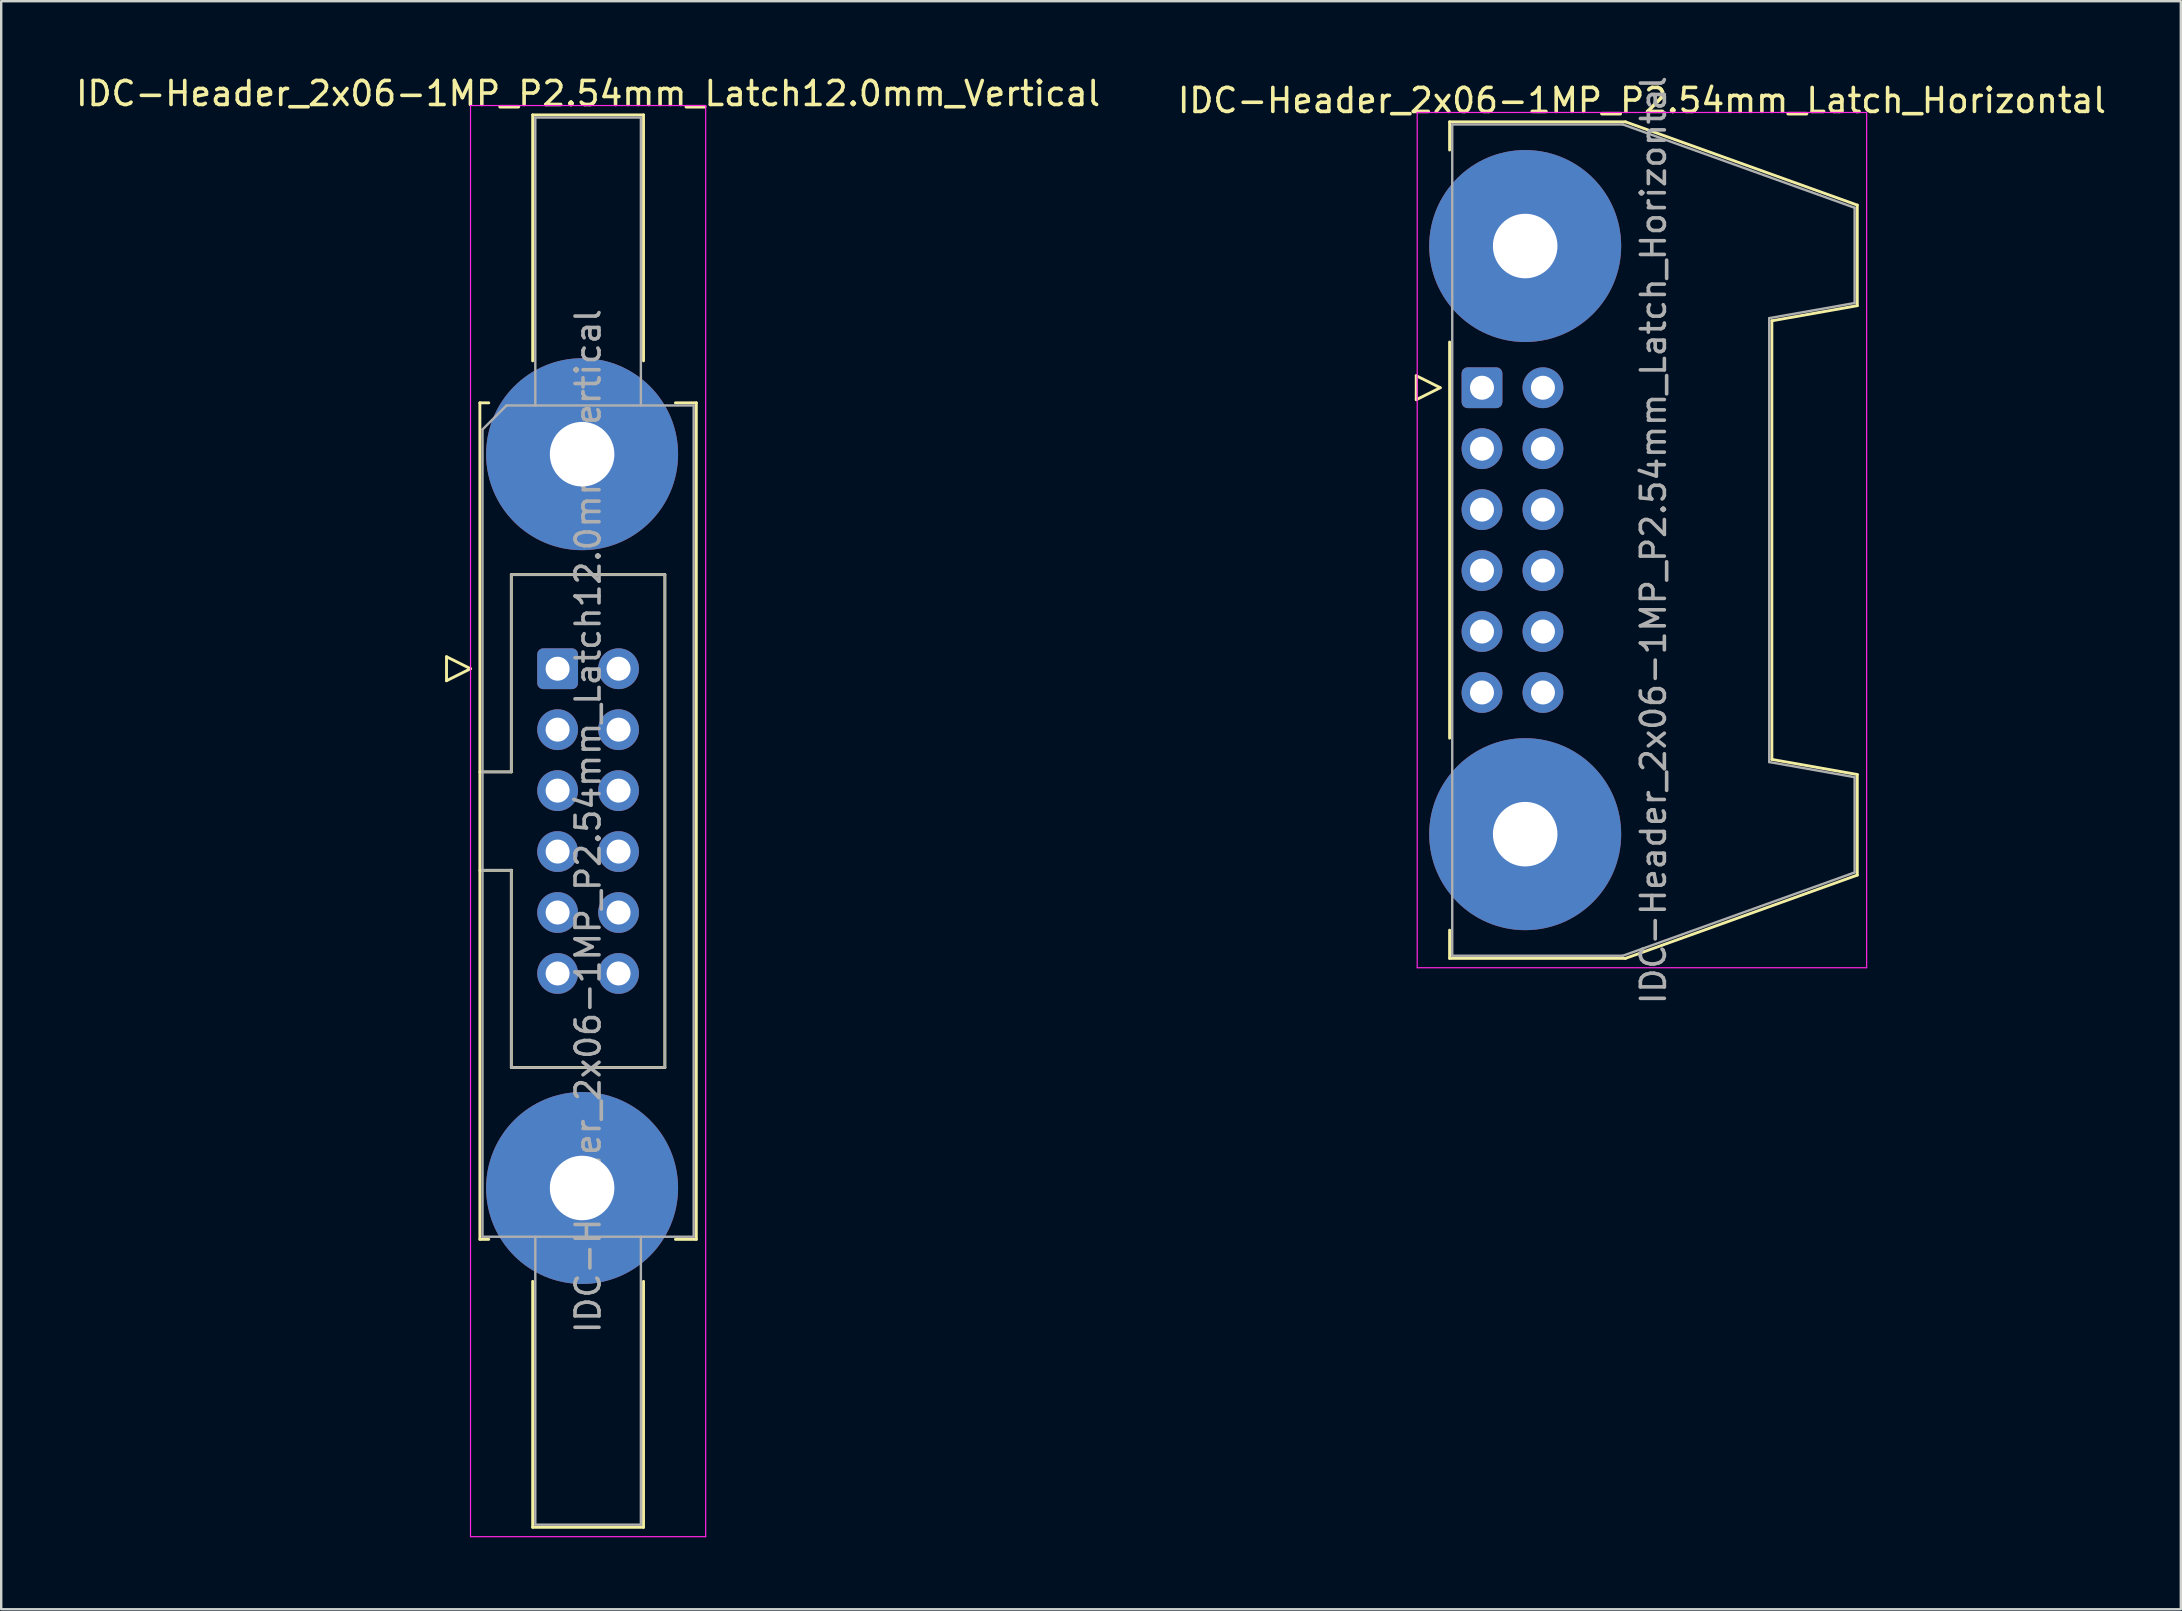
<source format=kicad_pcb>
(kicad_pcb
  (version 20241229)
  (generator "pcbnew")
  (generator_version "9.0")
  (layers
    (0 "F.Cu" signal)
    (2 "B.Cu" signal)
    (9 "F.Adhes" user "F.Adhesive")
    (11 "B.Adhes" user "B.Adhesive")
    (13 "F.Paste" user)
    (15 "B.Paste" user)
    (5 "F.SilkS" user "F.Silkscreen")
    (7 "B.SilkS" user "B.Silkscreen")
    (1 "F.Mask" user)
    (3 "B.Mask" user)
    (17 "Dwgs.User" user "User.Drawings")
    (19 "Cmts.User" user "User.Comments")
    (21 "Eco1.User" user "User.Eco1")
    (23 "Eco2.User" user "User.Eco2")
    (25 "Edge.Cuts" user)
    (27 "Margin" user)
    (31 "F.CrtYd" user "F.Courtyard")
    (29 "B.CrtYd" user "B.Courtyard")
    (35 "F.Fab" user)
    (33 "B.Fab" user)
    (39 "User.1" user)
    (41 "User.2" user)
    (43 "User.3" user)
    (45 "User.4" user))
  (footprint "IDC-Header_2x06-1MP_P2.54mm_Latch12.0mm_Vertical"
    (layer "F.Cu")
    (at 20.188 24.818)
    (property "Reference" "IDC-Header_2x06-1MP_P2.54mm_Latch12.0mm_Vertical" (at 1.27 -23.97 0) (layer "F.SilkS") (effects (font (size 1 1) (thickness 0.15))))
    (attr through_hole)
    (fp_line (start -4.63 -0.5) (end -4.63 0.5) (stroke (width 0.12) (type solid)) (layer "F.SilkS"))
    (fp_line (start -4.63 0.5) (end -3.63 0) (stroke (width 0.12) (type solid)) (layer "F.SilkS"))
    (fp_line (start -3.63 0) (end -4.63 -0.5) (stroke (width 0.12) (type solid)) (layer "F.SilkS"))
    (fp_line (start -3.24 -11.08) (end -3.24 23.78) (stroke (width 0.12) (type solid)) (layer "F.SilkS"))
    (fp_line (start -3.24 4.3) (end -1.93 4.3) (stroke (width 0.12) (type solid)) (layer "F.SilkS"))
    (fp_line (start -3.24 23.78) (end -2.87 23.78) (stroke (width 0.12) (type solid)) (layer "F.SilkS"))
    (fp_line (start -2.87 -11.08) (end -3.24 -11.08) (stroke (width 0.12) (type solid)) (layer "F.SilkS"))
    (fp_line (start -1.93 -3.92) (end 4.47 -3.92) (stroke (width 0.12) (type solid)) (layer "F.SilkS"))
    (fp_line (start -1.93 4.3) (end -1.93 -3.92) (stroke (width 0.12) (type solid)) (layer "F.SilkS"))
    (fp_line (start -1.93 8.4) (end -3.24 8.4) (stroke (width 0.12) (type solid)) (layer "F.SilkS"))
    (fp_line (start -1.93 8.4) (end -1.93 8.4) (stroke (width 0.12) (type solid)) (layer "F.SilkS"))
    (fp_line (start -1.93 16.62) (end -1.93 8.4) (stroke (width 0.12) (type solid)) (layer "F.SilkS"))
    (fp_line (start -1.04 -23.08) (end 3.58 -23.08) (stroke (width 0.12) (type solid)) (layer "F.SilkS"))
    (fp_line (start -1.04 -12.83) (end -1.04 -23.08) (stroke (width 0.12) (type solid)) (layer "F.SilkS"))
    (fp_line (start -1.04 25.53) (end -1.04 35.78) (stroke (width 0.12) (type solid)) (layer "F.SilkS"))
    (fp_line (start -1.04 35.78) (end 3.58 35.78) (stroke (width 0.12) (type solid)) (layer "F.SilkS"))
    (fp_line (start 3.58 -23.08) (end 3.58 -12.83) (stroke (width 0.12) (type solid)) (layer "F.SilkS"))
    (fp_line (start 3.58 35.78) (end 3.58 25.53) (stroke (width 0.12) (type solid)) (layer "F.SilkS"))
    (fp_line (start 4.47 -3.92) (end 4.47 16.62) (stroke (width 0.12) (type solid)) (layer "F.SilkS"))
    (fp_line (start 4.47 16.62) (end -1.93 16.62) (stroke (width 0.12) (type solid)) (layer "F.SilkS"))
    (fp_line (start 4.91 -11.08) (end 5.78 -11.08) (stroke (width 0.12) (type solid)) (layer "F.SilkS"))
    (fp_line (start 5.78 -11.08) (end 5.78 23.78) (stroke (width 0.12) (type solid)) (layer "F.SilkS"))
    (fp_line (start 5.78 23.78) (end 4.91 23.78) (stroke (width 0.12) (type solid)) (layer "F.SilkS"))
    (fp_line (start -3.63 -23.47) (end -3.63 36.17) (stroke (width 0.05) (type solid)) (layer "F.CrtYd"))
    (fp_line (start -3.63 36.17) (end 6.17 36.17) (stroke (width 0.05) (type solid)) (layer "F.CrtYd"))
    (fp_line (start 6.17 -23.47) (end -3.63 -23.47) (stroke (width 0.05) (type solid)) (layer "F.CrtYd"))
    (fp_line (start 6.17 36.17) (end 6.17 -23.47) (stroke (width 0.05) (type solid)) (layer "F.CrtYd"))
    (fp_line (start -3.13 -9.97) (end -2.13 -10.97) (stroke (width 0.1) (type solid)) (layer "F.Fab"))
    (fp_line (start -3.13 4.3) (end -1.93 4.3) (stroke (width 0.1) (type solid)) (layer "F.Fab"))
    (fp_line (start -3.13 23.67) (end -3.13 -9.97) (stroke (width 0.1) (type solid)) (layer "F.Fab"))
    (fp_line (start -2.13 -10.97) (end 5.67 -10.97) (stroke (width 0.1) (type solid)) (layer "F.Fab"))
    (fp_line (start -1.93 -3.92) (end 4.47 -3.92) (stroke (width 0.1) (type solid)) (layer "F.Fab"))
    (fp_line (start -1.93 4.3) (end -1.93 -3.92) (stroke (width 0.1) (type solid)) (layer "F.Fab"))
    (fp_line (start -1.93 8.4) (end -3.13 8.4) (stroke (width 0.1) (type solid)) (layer "F.Fab"))
    (fp_line (start -1.93 8.4) (end -1.93 8.4) (stroke (width 0.1) (type solid)) (layer "F.Fab"))
    (fp_line (start -1.93 16.62) (end -1.93 8.4) (stroke (width 0.1) (type solid)) (layer "F.Fab"))
    (fp_line (start -0.93 -22.97) (end 3.47 -22.97) (stroke (width 0.1) (type solid)) (layer "F.Fab"))
    (fp_line (start -0.93 -10.97) (end -0.93 -22.97) (stroke (width 0.1) (type solid)) (layer "F.Fab"))
    (fp_line (start -0.93 23.67) (end -0.93 35.67) (stroke (width 0.1) (type solid)) (layer "F.Fab"))
    (fp_line (start -0.93 35.67) (end 3.47 35.67) (stroke (width 0.1) (type solid)) (layer "F.Fab"))
    (fp_line (start 3.47 -22.97) (end 3.47 -10.97) (stroke (width 0.1) (type solid)) (layer "F.Fab"))
    (fp_line (start 3.47 35.67) (end 3.47 23.67) (stroke (width 0.1) (type solid)) (layer "F.Fab"))
    (fp_line (start 4.47 -3.92) (end 4.47 16.62) (stroke (width 0.1) (type solid)) (layer "F.Fab"))
    (fp_line (start 4.47 16.62) (end -1.93 16.62) (stroke (width 0.1) (type solid)) (layer "F.Fab"))
    (fp_line (start 5.67 -10.97) (end 5.67 23.67) (stroke (width 0.1) (type solid)) (layer "F.Fab"))
    (fp_line (start 5.67 23.67) (end -3.13 23.67) (stroke (width 0.1) (type solid)) (layer "F.Fab"))
    (fp_text user "${REFERENCE}" (at 1.27 6.35 90) (layer "F.Fab") (effects (font (size 1 1) (thickness 0.15))))
    (pad "1" thru_hole roundrect (at 0 0) (size 1.7 1.7) (drill 1) (layers "*.Cu" "*.Mask") (roundrect_rratio 0.147))
    (pad "2" thru_hole circle (at 2.54 0) (size 1.7 1.7) (drill 1) (layers "*.Cu" "*.Mask"))
    (pad "3" thru_hole circle (at 0 2.54) (size 1.7 1.7) (drill 1) (layers "*.Cu" "*.Mask"))
    (pad "4" thru_hole circle (at 2.54 2.54) (size 1.7 1.7) (drill 1) (layers "*.Cu" "*.Mask"))
    (pad "5" thru_hole circle (at 0 5.08) (size 1.7 1.7) (drill 1) (layers "*.Cu" "*.Mask"))
    (pad "6" thru_hole circle (at 2.54 5.08) (size 1.7 1.7) (drill 1) (layers "*.Cu" "*.Mask"))
    (pad "7" thru_hole circle (at 0 7.62) (size 1.7 1.7) (drill 1) (layers "*.Cu" "*.Mask"))
    (pad "8" thru_hole circle (at 2.54 7.62) (size 1.7 1.7) (drill 1) (layers "*.Cu" "*.Mask"))
    (pad "9" thru_hole circle (at 0 10.16) (size 1.7 1.7) (drill 1) (layers "*.Cu" "*.Mask"))
    (pad "10" thru_hole circle (at 2.54 10.16) (size 1.7 1.7) (drill 1) (layers "*.Cu" "*.Mask"))
    (pad "11" thru_hole circle (at 0 12.7) (size 1.7 1.7) (drill 1) (layers "*.Cu" "*.Mask"))
    (pad "12" thru_hole circle (at 2.54 12.7) (size 1.7 1.7) (drill 1) (layers "*.Cu" "*.Mask"))
    (pad "MP" thru_hole circle (at 1.02 -8.94) (size 8 8) (drill 2.69) (layers "*.Cu" "*.Mask"))
    (pad "MP" thru_hole circle (at 1.02 21.64) (size 8 8) (drill 2.69) (layers "*.Cu" "*.Mask")))
  (footprint "IDC-Header_2x06-1MP_P2.54mm_Latch_Horizontal"
    (layer "F.Cu")
    (at 58.71 13.108)
    (property "Reference" "IDC-Header_2x06-1MP_P2.54mm_Latch_Horizontal" (at 6.665 -11.97 0) (layer "F.SilkS") (effects (font (size 1 1) (thickness 0.15))))
    (attr through_hole)
    (fp_line (start -2.74 -0.5) (end -2.74 0.5) (stroke (width 0.12) (type solid)) (layer "F.SilkS"))
    (fp_line (start -2.74 0.5) (end -1.74 0) (stroke (width 0.12) (type solid)) (layer "F.SilkS"))
    (fp_line (start -1.74 0) (end -2.74 -0.5) (stroke (width 0.12) (type solid)) (layer "F.SilkS"))
    (fp_line (start -1.35 -11.08) (end -1.35 -9.905) (stroke (width 0.12) (type solid)) (layer "F.SilkS"))
    (fp_line (start -1.35 -11.08) (end 5.98 -11.08) (stroke (width 0.12) (type solid)) (layer "F.SilkS"))
    (fp_line (start -1.35 -1.905) (end -1.35 14.605) (stroke (width 0.12) (type solid)) (layer "F.SilkS"))
    (fp_line (start -1.35 22.605) (end -1.35 23.78) (stroke (width 0.12) (type solid)) (layer "F.SilkS"))
    (fp_line (start 5.98 -11.08) (end 15.64 -7.61) (stroke (width 0.12) (type solid)) (layer "F.SilkS"))
    (fp_line (start 5.98 23.78) (end -1.35 23.78) (stroke (width 0.12) (type solid)) (layer "F.SilkS"))
    (fp_line (start 12.08 -2.79) (end 12.08 15.49) (stroke (width 0.12) (type solid)) (layer "F.SilkS"))
    (fp_line (start 12.08 15.49) (end 15.64 16.12) (stroke (width 0.12) (type solid)) (layer "F.SilkS"))
    (fp_line (start 15.64 -7.61) (end 15.64 -3.42) (stroke (width 0.12) (type solid)) (layer "F.SilkS"))
    (fp_line (start 15.64 -3.42) (end 12.08 -2.79) (stroke (width 0.12) (type solid)) (layer "F.SilkS"))
    (fp_line (start 15.64 16.12) (end 15.64 20.31) (stroke (width 0.12) (type solid)) (layer "F.SilkS"))
    (fp_line (start 15.64 20.31) (end 5.98 23.78) (stroke (width 0.12) (type solid)) (layer "F.SilkS"))
    (fp_line (start -2.7 -11.47) (end -2.7 24.17) (stroke (width 0.05) (type solid)) (layer "F.CrtYd"))
    (fp_line (start -2.7 24.17) (end 16.03 24.17) (stroke (width 0.05) (type solid)) (layer "F.CrtYd"))
    (fp_line (start 16.03 -11.47) (end -2.7 -11.47) (stroke (width 0.05) (type solid)) (layer "F.CrtYd"))
    (fp_line (start 16.03 24.17) (end 16.03 -11.47) (stroke (width 0.05) (type solid)) (layer "F.CrtYd"))
    (fp_line (start -1.24 -10.97) (end 5.87 -10.97) (stroke (width 0.1) (type solid)) (layer "F.Fab"))
    (fp_line (start -1.24 23.67) (end -1.24 -10.97) (stroke (width 0.1) (type solid)) (layer "F.Fab"))
    (fp_line (start 5.87 -10.97) (end 15.53 -7.5) (stroke (width 0.1) (type solid)) (layer "F.Fab"))
    (fp_line (start 5.87 23.67) (end -1.24 23.67) (stroke (width 0.1) (type solid)) (layer "F.Fab"))
    (fp_line (start 11.97 -2.9) (end 11.97 15.6) (stroke (width 0.1) (type solid)) (layer "F.Fab"))
    (fp_line (start 11.97 15.6) (end 15.53 16.23) (stroke (width 0.1) (type solid)) (layer "F.Fab"))
    (fp_line (start 15.53 -7.5) (end 15.53 -3.53) (stroke (width 0.1) (type solid)) (layer "F.Fab"))
    (fp_line (start 15.53 -3.53) (end 11.97 -2.9) (stroke (width 0.1) (type solid)) (layer "F.Fab"))
    (fp_line (start 15.53 16.23) (end 15.53 20.2) (stroke (width 0.1) (type solid)) (layer "F.Fab"))
    (fp_line (start 15.53 20.2) (end 5.87 23.67) (stroke (width 0.1) (type solid)) (layer "F.Fab"))
    (fp_text user "${REFERENCE}" (at 7.145 6.35 90) (layer "F.Fab") (effects (font (size 1 1) (thickness 0.15))))
    (pad "1" thru_hole roundrect (at 0 0) (size 1.7 1.7) (drill 1) (layers "*.Cu" "*.Mask") (roundrect_rratio 0.147))
    (pad "2" thru_hole circle (at 2.54 0) (size 1.7 1.7) (drill 1) (layers "*.Cu" "*.Mask"))
    (pad "3" thru_hole circle (at 0 2.54) (size 1.7 1.7) (drill 1) (layers "*.Cu" "*.Mask"))
    (pad "4" thru_hole circle (at 2.54 2.54) (size 1.7 1.7) (drill 1) (layers "*.Cu" "*.Mask"))
    (pad "5" thru_hole circle (at 0 5.08) (size 1.7 1.7) (drill 1) (layers "*.Cu" "*.Mask"))
    (pad "6" thru_hole circle (at 2.54 5.08) (size 1.7 1.7) (drill 1) (layers "*.Cu" "*.Mask"))
    (pad "7" thru_hole circle (at 0 7.62) (size 1.7 1.7) (drill 1) (layers "*.Cu" "*.Mask"))
    (pad "8" thru_hole circle (at 2.54 7.62) (size 1.7 1.7) (drill 1) (layers "*.Cu" "*.Mask"))
    (pad "9" thru_hole circle (at 0 10.16) (size 1.7 1.7) (drill 1) (layers "*.Cu" "*.Mask"))
    (pad "10" thru_hole circle (at 2.54 10.16) (size 1.7 1.7) (drill 1) (layers "*.Cu" "*.Mask"))
    (pad "11" thru_hole circle (at 0 12.7) (size 1.7 1.7) (drill 1) (layers "*.Cu" "*.Mask"))
    (pad "12" thru_hole circle (at 2.54 12.7) (size 1.7 1.7) (drill 1) (layers "*.Cu" "*.Mask"))
    (pad "MP" thru_hole circle (at 1.8 -5.905) (size 8 8) (drill 2.69) (layers "*.Cu" "*.Mask"))
    (pad "MP" thru_hole circle (at 1.8 18.605) (size 8 8) (drill 2.69) (layers "*.Cu" "*.Mask")))
  (gr_rect
    (start -3 -3)
    (end 87.833 64.013)
    (stroke (width 0.1) (type default))
    (fill no)
    (layer "Edge.Cuts")))
</source>
